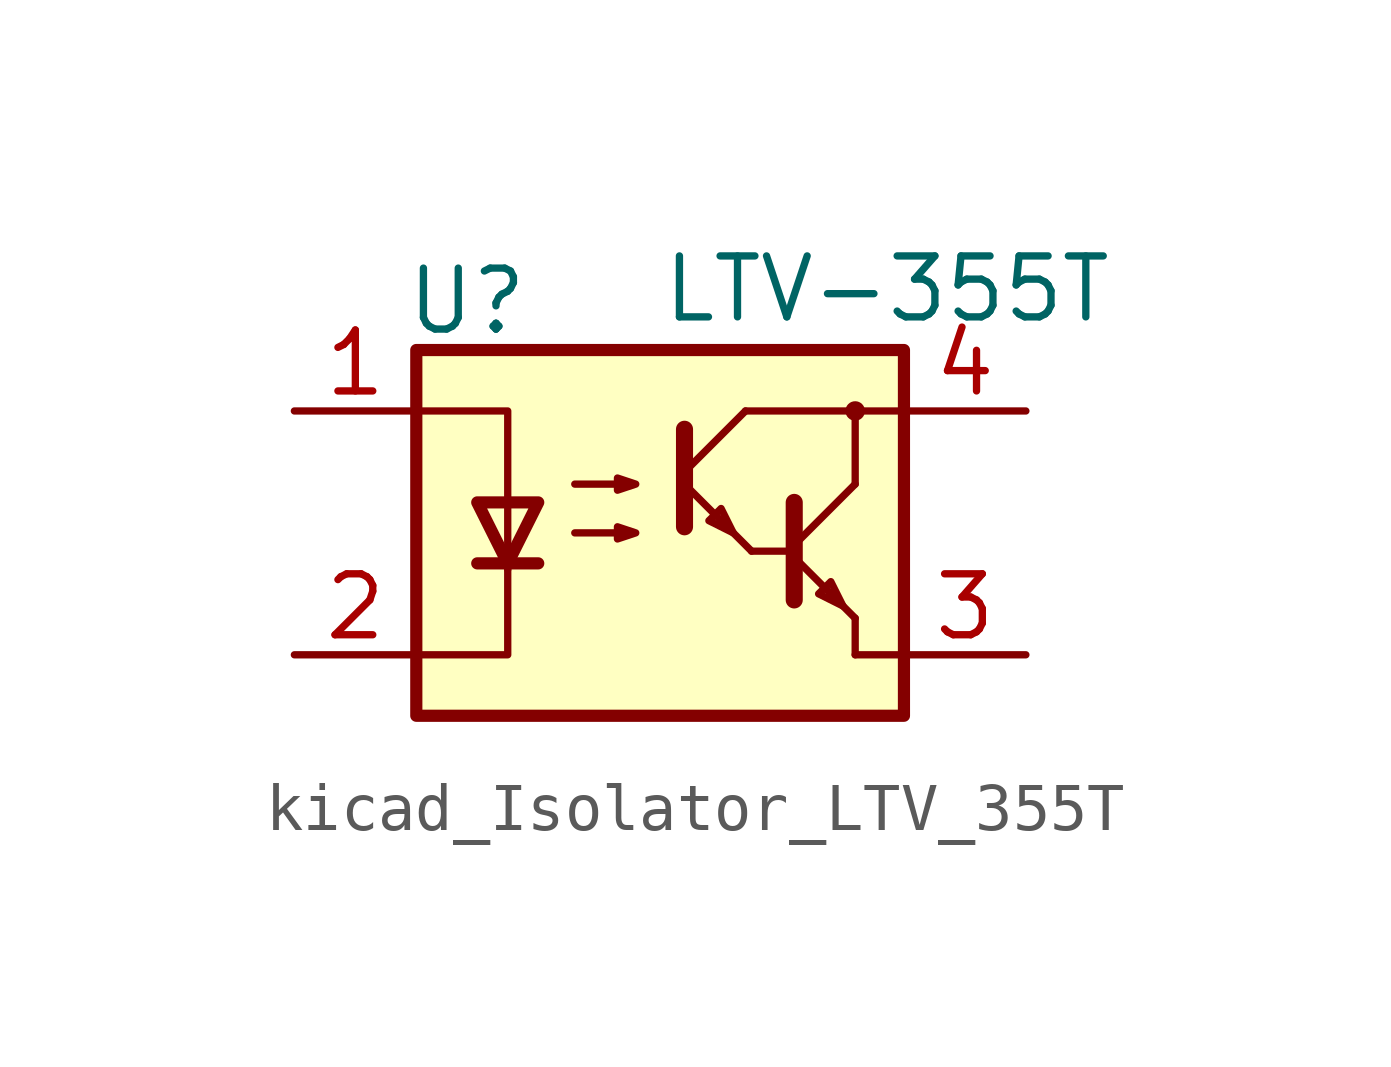
<source format=kicad_sym>
(kicad_symbol_lib
  (version 20220914)
  (generator kicad_symbol_editor)
  (symbol "kicad_Isolator_LTV_355T"
    (pin_names
      (offset 1.016))
    (property "Reference" "U"
      (at -5.334 4.826 0)
      (effects (font (size 1.27 1.27)) (justify left)))
    (property "Value" "LTV-355T"
      (at 0 5.08 0)
      (effects (font (size 1.27 1.27)) (justify left)))
    (symbol "kicad_Isolator_LTV_355T_0_1"
      (rectangle (start -5.08 3.81) (end 5.08 -3.81) (stroke (width 0.254) (type default)) (fill (type background)))
      (polyline (pts (xy -3.81 -0.635) (xy -2.54 -0.635)) (stroke (width 0.254) (type default)) (fill (type none)))
      (polyline (pts (xy 0.508 1.016) (xy 1.905 -0.381)) (stroke (width 0) (type default)) (fill (type none)))
      (polyline (pts (xy 0.508 1.27) (xy 1.778 2.54)) (stroke (width 0) (type default)) (fill (type none)))
      (polyline (pts (xy 0.508 2.159) (xy 0.508 0.127)) (stroke (width 0.356) (type default)) (fill (type none)))
      (polyline (pts (xy 1.778 2.54) (xy 5.08 2.54)) (stroke (width 0) (type default)) (fill (type none)))
      (polyline (pts (xy 2.794 -0.508) (xy 4.064 -1.778)) (stroke (width 0) (type default)) (fill (type none)))
      (polyline (pts (xy 2.794 -0.381) (xy 1.905 -0.381)) (stroke (width 0) (type default)) (fill (type none)))
      (polyline (pts (xy 2.794 -0.254) (xy 4.064 1.016)) (stroke (width 0) (type default)) (fill (type none)))
      (polyline (pts (xy 4.064 -2.54) (xy 5.08 -2.54)) (stroke (width 0) (type default)) (fill (type none)))
      (polyline (pts (xy 4.064 -1.778) (xy 4.064 -2.54)) (stroke (width 0) (type default)) (fill (type none)))
      (polyline (pts (xy 4.064 1.016) (xy 4.064 2.54)) (stroke (width 0) (type default)) (fill (type none)))
      (polyline (pts (xy -5.08 2.54) (xy -3.175 2.54) (xy -3.175 -0.762)) (stroke (width 0) (type default)) (fill (type none)))
      (polyline (pts (xy -3.175 -0.635) (xy -3.175 -2.54) (xy -5.08 -2.54)) (stroke (width 0) (type default)) (fill (type none)))
      (polyline (pts (xy 2.794 0.635) (xy 2.794 -1.397) (xy 2.794 -1.397)) (stroke (width 0.356) (type default)) (fill (type none)))
      (polyline (pts (xy -3.175 -0.635) (xy -3.81 0.635) (xy -2.54 0.635) (xy -3.175 -0.635)) (stroke (width 0.254) (type default)) (fill (type none)))
      (polyline (pts (xy 1.524 0) (xy 1.27 0.508) (xy 1.016 0.254) (xy 1.524 0)) (stroke (width 0) (type default)) (fill (type none)))
      (polyline (pts (xy 3.81 -1.524) (xy 3.556 -1.016) (xy 3.302 -1.27) (xy 3.81 -1.524)) (stroke (width 0) (type default)) (fill (type none)))
      (polyline (pts (xy -1.778 0) (xy -0.508 0) (xy -0.889 -0.127) (xy -0.889 0.127) (xy -0.508 0)) (stroke (width 0) (type default)) (fill (type none)))
      (polyline (pts (xy -1.778 1.016) (xy -0.508 1.016) (xy -0.889 0.889) (xy -0.889 1.143) (xy -0.508 1.016)) (stroke (width 0) (type default)) (fill (type none)))
      (circle (center 4.064 2.54) (radius 0.127) (stroke (width 0) (type default)) (fill (type none))))
    (symbol "kicad_Isolator_LTV_355T_1_1"
      (pin passive line (at -7.62 2.54 0) (length 2.54) (name "~" (effects (font (size 1.27 1.27)))) (number "1" (effects (font (size 1.27 1.27)))))
      (pin passive line (at -7.62 -2.54 0) (length 2.54) (name "~" (effects (font (size 1.27 1.27)))) (number "2" (effects (font (size 1.27 1.27)))))
      (pin passive line (at 7.62 -2.54 180) (length 2.54) (name "~" (effects (font (size 1.27 1.27)))) (number "3" (effects (font (size 1.27 1.27)))))
      (pin passive line (at 7.62 2.54 180) (length 2.54) (name "~" (effects (font (size 1.27 1.27)))) (number "4" (effects (font (size 1.27 1.27))))))))
</source>
